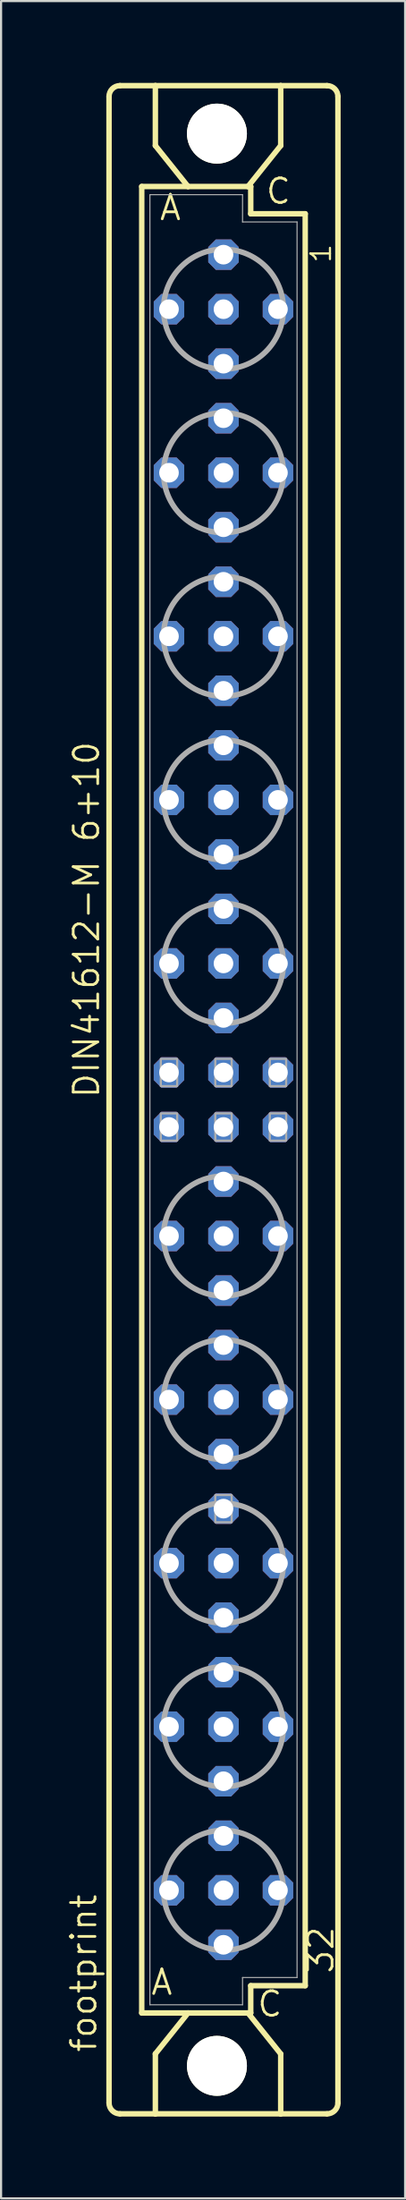
<source format=kicad_pcb>
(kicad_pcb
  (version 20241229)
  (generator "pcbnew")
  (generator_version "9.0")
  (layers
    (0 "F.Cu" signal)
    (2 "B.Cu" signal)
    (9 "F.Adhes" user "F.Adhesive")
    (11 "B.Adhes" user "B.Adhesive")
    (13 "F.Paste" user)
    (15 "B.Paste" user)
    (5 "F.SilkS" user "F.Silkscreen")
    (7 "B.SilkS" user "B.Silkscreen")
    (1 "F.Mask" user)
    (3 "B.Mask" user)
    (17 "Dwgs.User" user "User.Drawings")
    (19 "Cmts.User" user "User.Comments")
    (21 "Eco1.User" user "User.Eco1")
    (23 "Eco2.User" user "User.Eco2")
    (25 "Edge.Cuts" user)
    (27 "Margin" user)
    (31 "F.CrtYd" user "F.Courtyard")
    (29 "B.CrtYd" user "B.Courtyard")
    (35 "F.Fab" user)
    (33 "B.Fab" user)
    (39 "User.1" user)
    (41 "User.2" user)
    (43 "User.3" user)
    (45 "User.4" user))
  (footprint "footprint"
    (layer "F.Cu")
    (at 7.366 48.184)
    (property "Reference" "footprint" (at -5.842 44.45 90) (layer "F.SilkS") (effects (font (size 1.143 1.143) (thickness 0.127)) (justify left bottom)))
    (fp_line (start -5.334 46.736) (end -5.334 -46.736) (stroke (width 0.254) (type solid)) (layer "F.SilkS"))
    (fp_line (start -4.826 -47.244) (end -3.175 -47.244) (stroke (width 0.254) (type solid)) (layer "F.SilkS"))
    (fp_line (start -4.826 47.244) (end -3.175 47.244) (stroke (width 0.254) (type solid)) (layer "F.SilkS"))
    (fp_line (start -3.81 -42.545) (end -3.81 42.545) (stroke (width 0.254) (type solid)) (layer "F.SilkS"))
    (fp_line (start -3.81 42.545) (end -1.651 42.545) (stroke (width 0.254) (type solid)) (layer "F.SilkS"))
    (fp_line (start -3.175 -47.244) (end -3.175 -44.45) (stroke (width 0.254) (type solid)) (layer "F.SilkS"))
    (fp_line (start -3.175 47.244) (end -3.175 44.45) (stroke (width 0.254) (type solid)) (layer "F.SilkS"))
    (fp_line (start -3.175 47.244) (end 2.667 47.244) (stroke (width 0.254) (type solid)) (layer "F.SilkS"))
    (fp_line (start -1.651 -42.545) (end -3.81 -42.545) (stroke (width 0.254) (type solid)) (layer "F.SilkS"))
    (fp_line (start -1.651 -42.545) (end -3.175 -44.45) (stroke (width 0.254) (type solid)) (layer "F.SilkS"))
    (fp_line (start -1.651 42.545) (end -3.175 44.45) (stroke (width 0.254) (type solid)) (layer "F.SilkS"))
    (fp_line (start -1.651 42.545) (end 1.143 42.545) (stroke (width 0.254) (type solid)) (layer "F.SilkS"))
    (fp_line (start 1.143 -42.545) (end -1.651 -42.545) (stroke (width 0.254) (type solid)) (layer "F.SilkS"))
    (fp_line (start 1.143 -42.545) (end 2.667 -44.45) (stroke (width 0.254) (type solid)) (layer "F.SilkS"))
    (fp_line (start 1.143 42.545) (end 1.27 42.545) (stroke (width 0.254) (type solid)) (layer "F.SilkS"))
    (fp_line (start 1.143 42.545) (end 2.667 44.45) (stroke (width 0.254) (type solid)) (layer "F.SilkS"))
    (fp_line (start 1.27 -42.545) (end 1.143 -42.545) (stroke (width 0.254) (type solid)) (layer "F.SilkS"))
    (fp_line (start 1.27 -41.275) (end 1.27 -42.545) (stroke (width 0.254) (type solid)) (layer "F.SilkS"))
    (fp_line (start 1.27 41.275) (end 3.81 41.275) (stroke (width 0.254) (type solid)) (layer "F.SilkS"))
    (fp_line (start 1.27 42.545) (end 1.27 41.275) (stroke (width 0.254) (type solid)) (layer "F.SilkS"))
    (fp_line (start 2.667 -47.244) (end -3.175 -47.244) (stroke (width 0.254) (type solid)) (layer "F.SilkS"))
    (fp_line (start 2.667 -47.244) (end 2.667 -44.45) (stroke (width 0.254) (type solid)) (layer "F.SilkS"))
    (fp_line (start 2.667 47.244) (end 2.667 44.45) (stroke (width 0.254) (type solid)) (layer "F.SilkS"))
    (fp_line (start 2.667 47.244) (end 4.826 47.244) (stroke (width 0.254) (type solid)) (layer "F.SilkS"))
    (fp_line (start 3.81 -41.275) (end 1.27 -41.275) (stroke (width 0.254) (type solid)) (layer "F.SilkS"))
    (fp_line (start 3.81 41.275) (end 3.81 -41.275) (stroke (width 0.254) (type solid)) (layer "F.SilkS"))
    (fp_line (start 4.826 -47.244) (end 2.667 -47.244) (stroke (width 0.254) (type solid)) (layer "F.SilkS"))
    (fp_line (start 5.334 46.736) (end 5.334 -46.736) (stroke (width 0.254) (type solid)) (layer "F.SilkS"))
    (fp_arc (start -5.334 -46.736) (mid -5.18521 -47.09521) (end -4.826 -47.244) (stroke (width 0.254) (type solid)) (layer "F.SilkS"))
    (fp_arc (start -4.826 47.244) (mid -5.18521 47.09521) (end -5.334 46.736) (stroke (width 0.254) (type solid)) (layer "F.SilkS"))
    (fp_arc (start 4.826 -47.244) (mid 5.18521 -47.09521) (end 5.334 -46.736) (stroke (width 0.254) (type solid)) (layer "F.SilkS"))
    (fp_arc (start 5.334 46.736) (mid 5.18521 47.09521) (end 4.826 47.244) (stroke (width 0.254) (type solid)) (layer "F.SilkS"))
    (fp_circle (center -0.305 -45.009) (end 0.965 -45.009) (stroke (width 0.254) (type solid)) (fill no) (layer "F.SilkS"))
    (fp_circle (center -0.305 45.009) (end 0.965 45.009) (stroke (width 0.254) (type solid)) (fill no) (layer "F.SilkS"))
    (fp_line (start -3.429 -42.164) (end -3.429 42.164) (stroke (width 0.051) (type solid)) (layer "F.Fab"))
    (fp_line (start -3.429 -42.164) (end 0.889 -42.164) (stroke (width 0.051) (type solid)) (layer "F.Fab"))
    (fp_line (start -3.429 42.164) (end 0.889 42.164) (stroke (width 0.051) (type solid)) (layer "F.Fab"))
    (fp_line (start 0.889 -42.164) (end 0.889 -40.894) (stroke (width 0.051) (type solid)) (layer "F.Fab"))
    (fp_line (start 0.889 -40.894) (end 3.429 -40.894) (stroke (width 0.051) (type solid)) (layer "F.Fab"))
    (fp_line (start 0.889 40.894) (end 3.429 40.894) (stroke (width 0.051) (type solid)) (layer "F.Fab"))
    (fp_line (start 0.889 42.164) (end 0.889 40.894) (stroke (width 0.051) (type solid)) (layer "F.Fab"))
    (fp_line (start 3.429 -40.894) (end 3.429 40.894) (stroke (width 0.051) (type solid)) (layer "F.Fab"))
    (fp_circle (center 0 -36.83) (end 2.794 -36.83) (stroke (width 0.254) (type solid)) (fill no) (layer "F.Fab"))
    (fp_circle (center 0 -29.21) (end 2.794 -29.21) (stroke (width 0.254) (type solid)) (fill no) (layer "F.Fab"))
    (fp_circle (center 0 -21.59) (end 2.794 -21.59) (stroke (width 0.254) (type solid)) (fill no) (layer "F.Fab"))
    (fp_circle (center 0 -13.97) (end 2.794 -13.97) (stroke (width 0.254) (type solid)) (fill no) (layer "F.Fab"))
    (fp_circle (center 0 -6.35) (end 2.794 -6.35) (stroke (width 0.254) (type solid)) (fill no) (layer "F.Fab"))
    (fp_circle (center 0 6.35) (end 2.794 6.35) (stroke (width 0.254) (type solid)) (fill no) (layer "F.Fab"))
    (fp_circle (center 0 13.97) (end 2.794 13.97) (stroke (width 0.254) (type solid)) (fill no) (layer "F.Fab"))
    (fp_circle (center 0 21.59) (end 2.794 21.59) (stroke (width 0.254) (type solid)) (fill no) (layer "F.Fab"))
    (fp_circle (center 0 29.21) (end 2.794 29.21) (stroke (width 0.254) (type solid)) (fill no) (layer "F.Fab"))
    (fp_circle (center 0 36.83) (end 2.794 36.83) (stroke (width 0.254) (type solid)) (fill no) (layer "F.Fab"))
    (fp_poly (pts (xy -2.921 -0.635) (xy -2.159 -0.635) (xy -2.159 -1.905) (xy -2.921 -1.905)) (stroke (width 0.1) (type solid)) (fill no) (layer "F.Fab"))
    (fp_poly (pts (xy -2.921 1.905) (xy -2.159 1.905) (xy -2.159 0.635) (xy -2.921 0.635)) (stroke (width 0.1) (type solid)) (fill no) (layer "F.Fab"))
    (fp_poly (pts (xy -0.381 -0.635) (xy 0.381 -0.635) (xy 0.381 -1.905) (xy -0.381 -1.905)) (stroke (width 0.1) (type solid)) (fill no) (layer "F.Fab"))
    (fp_poly (pts (xy -0.381 1.905) (xy 0.381 1.905) (xy 0.381 0.635) (xy -0.381 0.635)) (stroke (width 0.1) (type solid)) (fill no) (layer "F.Fab"))
    (fp_poly (pts (xy -0.381 19.685) (xy 0.381 19.685) (xy 0.381 18.415) (xy -0.381 18.415)) (stroke (width 0.1) (type solid)) (fill no) (layer "F.Fab"))
    (fp_poly (pts (xy 2.159 -0.635) (xy 2.921 -0.635) (xy 2.921 -1.905) (xy 2.159 -1.905)) (stroke (width 0.1) (type solid)) (fill no) (layer "F.Fab"))
    (fp_poly (pts (xy 2.159 1.905) (xy 2.921 1.905) (xy 2.921 0.635) (xy 2.159 0.635)) (stroke (width 0.1) (type solid)) (fill no) (layer "F.Fab"))
    (fp_text user " A " (at -4.318 41.783 0) (layer "F.SilkS") (effects (font (size 1.143 1.143) (thickness 0.127)) (justify left bottom)))
    (fp_text user " 32 " (at 5.207 41.656 90) (layer "F.SilkS") (effects (font (size 1.143 1.143) (thickness 0.127)) (justify left bottom)))
    (fp_text user " C " (at 0.635 42.799 0) (layer "F.SilkS") (effects (font (size 1.143 1.143) (thickness 0.127)) (justify left bottom)))
    (fp_text user "DIN41612-M 6+10" (at -5.715 0 90) (layer "F.SilkS") (effects (font (size 1.143 1.143) (thickness 0.127)) (justify left bottom)))
    (fp_text user "A" (at -3.048 -40.894 0) (layer "F.SilkS") (effects (font (size 1.143 1.143) (thickness 0.127)) (justify left bottom)))
    (fp_text user "C" (at 1.905 -41.656 0) (layer "F.SilkS") (effects (font (size 1.143 1.143) (thickness 0.127)) (justify left bottom)))
    (fp_text user " 1 " (at 5.08 -38.227 90) (layer "F.SilkS") (effects (font (size 0.914 0.914) (thickness 0.102)) (justify left bottom)))
    (pad "" np_thru_hole circle (at -0.305 -45.009) (size 2.794 2.794) (drill 2.794) (layers "*.Cu" "*.Mask"))
    (pad "" np_thru_hole circle (at -0.305 45.009) (size 2.794 2.794) (drill 2.794) (layers "*.Cu" "*.Mask"))
    (pad "A2" thru_hole roundrect (at -2.54 -36.83) (size 1.422 1.422) (drill 0.914) (layers "*.Cu" "*.Mask") (roundrect_rratio 0.25) (chamfer_ratio 0.25) (chamfer top_left top_right bottom_left bottom_right))
    (pad "A5" thru_hole roundrect (at -2.54 -29.21) (size 1.422 1.422) (drill 0.914) (layers "*.Cu" "*.Mask") (roundrect_rratio 0.25) (chamfer_ratio 0.25) (chamfer top_left top_right bottom_left bottom_right))
    (pad "A8" thru_hole roundrect (at -2.54 -21.59) (size 1.422 1.422) (drill 0.914) (layers "*.Cu" "*.Mask") (roundrect_rratio 0.25) (chamfer_ratio 0.25) (chamfer top_left top_right bottom_left bottom_right))
    (pad "A11" thru_hole roundrect (at -2.54 -13.97) (size 1.422 1.422) (drill 0.914) (layers "*.Cu" "*.Mask") (roundrect_rratio 0.25) (chamfer_ratio 0.25) (chamfer top_left top_right bottom_left bottom_right))
    (pad "A14" thru_hole roundrect (at -2.54 -6.35) (size 1.422 1.422) (drill 0.914) (layers "*.Cu" "*.Mask") (roundrect_rratio 0.25) (chamfer_ratio 0.25) (chamfer top_left top_right bottom_left bottom_right))
    (pad "A16" thru_hole roundrect (at -2.54 -1.27) (size 1.422 1.422) (drill 0.914) (layers "*.Cu" "*.Mask") (roundrect_rratio 0.25) (chamfer_ratio 0.25) (chamfer top_left top_right bottom_left bottom_right))
    (pad "A17" thru_hole roundrect (at -2.54 1.27) (size 1.422 1.422) (drill 0.914) (layers "*.Cu" "*.Mask") (roundrect_rratio 0.25) (chamfer_ratio 0.25) (chamfer top_left top_right bottom_left bottom_right))
    (pad "A19" thru_hole roundrect (at -2.54 6.35) (size 1.422 1.422) (drill 0.914) (layers "*.Cu" "*.Mask") (roundrect_rratio 0.25) (chamfer_ratio 0.25) (chamfer top_left top_right bottom_left bottom_right))
    (pad "A22" thru_hole roundrect (at -2.54 13.97) (size 1.422 1.422) (drill 0.914) (layers "*.Cu" "*.Mask") (roundrect_rratio 0.25) (chamfer_ratio 0.25) (chamfer top_left top_right bottom_left bottom_right))
    (pad "A25" thru_hole roundrect (at -2.54 21.59) (size 1.422 1.422) (drill 0.914) (layers "*.Cu" "*.Mask") (roundrect_rratio 0.25) (chamfer_ratio 0.25) (chamfer top_left top_right bottom_left bottom_right))
    (pad "A28" thru_hole roundrect (at -2.54 29.21) (size 1.422 1.422) (drill 0.914) (layers "*.Cu" "*.Mask") (roundrect_rratio 0.25) (chamfer_ratio 0.25) (chamfer top_left top_right bottom_left bottom_right))
    (pad "A31" thru_hole roundrect (at -2.54 36.83) (size 1.422 1.422) (drill 0.914) (layers "*.Cu" "*.Mask") (roundrect_rratio 0.25) (chamfer_ratio 0.25) (chamfer top_left top_right bottom_left bottom_right))
    (pad "B1" thru_hole roundrect (at 0 -39.37) (size 1.422 1.422) (drill 0.914) (layers "*.Cu" "*.Mask") (roundrect_rratio 0.25) (chamfer_ratio 0.25) (chamfer top_left top_right bottom_left bottom_right))
    (pad "B2" thru_hole roundrect (at 0 -36.83) (size 1.422 1.422) (drill 0.914) (layers "*.Cu" "*.Mask") (roundrect_rratio 0.25) (chamfer_ratio 0.25) (chamfer top_left top_right bottom_left bottom_right))
    (pad "B3" thru_hole roundrect (at 0 -34.29) (size 1.422 1.422) (drill 0.914) (layers "*.Cu" "*.Mask") (roundrect_rratio 0.25) (chamfer_ratio 0.25) (chamfer top_left top_right bottom_left bottom_right))
    (pad "B4" thru_hole roundrect (at 0 -31.75) (size 1.422 1.422) (drill 0.914) (layers "*.Cu" "*.Mask") (roundrect_rratio 0.25) (chamfer_ratio 0.25) (chamfer top_left top_right bottom_left bottom_right))
    (pad "B5" thru_hole roundrect (at 0 -29.21) (size 1.422 1.422) (drill 0.914) (layers "*.Cu" "*.Mask") (roundrect_rratio 0.25) (chamfer_ratio 0.25) (chamfer top_left top_right bottom_left bottom_right))
    (pad "B6" thru_hole roundrect (at 0 -26.67) (size 1.422 1.422) (drill 0.914) (layers "*.Cu" "*.Mask") (roundrect_rratio 0.25) (chamfer_ratio 0.25) (chamfer top_left top_right bottom_left bottom_right))
    (pad "B7" thru_hole roundrect (at 0 -24.13) (size 1.422 1.422) (drill 0.914) (layers "*.Cu" "*.Mask") (roundrect_rratio 0.25) (chamfer_ratio 0.25) (chamfer top_left top_right bottom_left bottom_right))
    (pad "B8" thru_hole roundrect (at 0 -21.59) (size 1.422 1.422) (drill 0.914) (layers "*.Cu" "*.Mask") (roundrect_rratio 0.25) (chamfer_ratio 0.25) (chamfer top_left top_right bottom_left bottom_right))
    (pad "B9" thru_hole roundrect (at 0 -19.05) (size 1.422 1.422) (drill 0.914) (layers "*.Cu" "*.Mask") (roundrect_rratio 0.25) (chamfer_ratio 0.25) (chamfer top_left top_right bottom_left bottom_right))
    (pad "B10" thru_hole roundrect (at 0 -16.51) (size 1.422 1.422) (drill 0.914) (layers "*.Cu" "*.Mask") (roundrect_rratio 0.25) (chamfer_ratio 0.25) (chamfer top_left top_right bottom_left bottom_right))
    (pad "B11" thru_hole roundrect (at 0 -13.97) (size 1.422 1.422) (drill 0.914) (layers "*.Cu" "*.Mask") (roundrect_rratio 0.25) (chamfer_ratio 0.25) (chamfer top_left top_right bottom_left bottom_right))
    (pad "B12" thru_hole roundrect (at 0 -11.43) (size 1.422 1.422) (drill 0.914) (layers "*.Cu" "*.Mask") (roundrect_rratio 0.25) (chamfer_ratio 0.25) (chamfer top_left top_right bottom_left bottom_right))
    (pad "B13" thru_hole roundrect (at 0 -8.89) (size 1.422 1.422) (drill 0.914) (layers "*.Cu" "*.Mask") (roundrect_rratio 0.25) (chamfer_ratio 0.25) (chamfer top_left top_right bottom_left bottom_right))
    (pad "B14" thru_hole roundrect (at 0 -6.35) (size 1.422 1.422) (drill 0.914) (layers "*.Cu" "*.Mask") (roundrect_rratio 0.25) (chamfer_ratio 0.25) (chamfer top_left top_right bottom_left bottom_right))
    (pad "B15" thru_hole roundrect (at 0 -3.81) (size 1.422 1.422) (drill 0.914) (layers "*.Cu" "*.Mask") (roundrect_rratio 0.25) (chamfer_ratio 0.25) (chamfer top_left top_right bottom_left bottom_right))
    (pad "B16" thru_hole roundrect (at 0 -1.27) (size 1.422 1.422) (drill 0.914) (layers "*.Cu" "*.Mask") (roundrect_rratio 0.25) (chamfer_ratio 0.25) (chamfer top_left top_right bottom_left bottom_right))
    (pad "B17" thru_hole roundrect (at 0 1.27) (size 1.422 1.422) (drill 0.914) (layers "*.Cu" "*.Mask") (roundrect_rratio 0.25) (chamfer_ratio 0.25) (chamfer top_left top_right bottom_left bottom_right))
    (pad "B18" thru_hole roundrect (at 0 3.81) (size 1.422 1.422) (drill 0.914) (layers "*.Cu" "*.Mask") (roundrect_rratio 0.25) (chamfer_ratio 0.25) (chamfer top_left top_right bottom_left bottom_right))
    (pad "B19" thru_hole roundrect (at 0 6.35) (size 1.422 1.422) (drill 0.914) (layers "*.Cu" "*.Mask") (roundrect_rratio 0.25) (chamfer_ratio 0.25) (chamfer top_left top_right bottom_left bottom_right))
    (pad "B20" thru_hole roundrect (at 0 8.89) (size 1.422 1.422) (drill 0.914) (layers "*.Cu" "*.Mask") (roundrect_rratio 0.25) (chamfer_ratio 0.25) (chamfer top_left top_right bottom_left bottom_right))
    (pad "B21" thru_hole roundrect (at 0 11.43) (size 1.422 1.422) (drill 0.914) (layers "*.Cu" "*.Mask") (roundrect_rratio 0.25) (chamfer_ratio 0.25) (chamfer top_left top_right bottom_left bottom_right))
    (pad "B22" thru_hole roundrect (at 0 13.97) (size 1.422 1.422) (drill 0.914) (layers "*.Cu" "*.Mask") (roundrect_rratio 0.25) (chamfer_ratio 0.25) (chamfer top_left top_right bottom_left bottom_right))
    (pad "B23" thru_hole roundrect (at 0 16.51) (size 1.422 1.422) (drill 0.914) (layers "*.Cu" "*.Mask") (roundrect_rratio 0.25) (chamfer_ratio 0.25) (chamfer top_left top_right bottom_left bottom_right))
    (pad "B24" thru_hole roundrect (at 0 19.05) (size 1.422 1.422) (drill 0.914) (layers "*.Cu" "*.Mask") (roundrect_rratio 0.25) (chamfer_ratio 0.25) (chamfer top_left top_right bottom_left bottom_right))
    (pad "B25" thru_hole roundrect (at 0 21.59) (size 1.422 1.422) (drill 0.914) (layers "*.Cu" "*.Mask") (roundrect_rratio 0.25) (chamfer_ratio 0.25) (chamfer top_left top_right bottom_left bottom_right))
    (pad "B26" thru_hole roundrect (at 0 24.13) (size 1.422 1.422) (drill 0.914) (layers "*.Cu" "*.Mask") (roundrect_rratio 0.25) (chamfer_ratio 0.25) (chamfer top_left top_right bottom_left bottom_right))
    (pad "B27" thru_hole roundrect (at 0 26.67) (size 1.422 1.422) (drill 0.914) (layers "*.Cu" "*.Mask") (roundrect_rratio 0.25) (chamfer_ratio 0.25) (chamfer top_left top_right bottom_left bottom_right))
    (pad "B28" thru_hole roundrect (at 0 29.21) (size 1.422 1.422) (drill 0.914) (layers "*.Cu" "*.Mask") (roundrect_rratio 0.25) (chamfer_ratio 0.25) (chamfer top_left top_right bottom_left bottom_right))
    (pad "B29" thru_hole roundrect (at 0 31.75) (size 1.422 1.422) (drill 0.914) (layers "*.Cu" "*.Mask") (roundrect_rratio 0.25) (chamfer_ratio 0.25) (chamfer top_left top_right bottom_left bottom_right))
    (pad "B30" thru_hole roundrect (at 0 34.29) (size 1.422 1.422) (drill 0.914) (layers "*.Cu" "*.Mask") (roundrect_rratio 0.25) (chamfer_ratio 0.25) (chamfer top_left top_right bottom_left bottom_right))
    (pad "B31" thru_hole roundrect (at 0 36.83) (size 1.422 1.422) (drill 0.914) (layers "*.Cu" "*.Mask") (roundrect_rratio 0.25) (chamfer_ratio 0.25) (chamfer top_left top_right bottom_left bottom_right))
    (pad "B32" thru_hole roundrect (at 0 39.37) (size 1.422 1.422) (drill 0.914) (layers "*.Cu" "*.Mask") (roundrect_rratio 0.25) (chamfer_ratio 0.25) (chamfer top_left top_right bottom_left bottom_right))
    (pad "C2" thru_hole roundrect (at 2.54 -36.83) (size 1.422 1.422) (drill 0.914) (layers "*.Cu" "*.Mask") (roundrect_rratio 0.25) (chamfer_ratio 0.25) (chamfer top_left top_right bottom_left bottom_right))
    (pad "C5" thru_hole roundrect (at 2.54 -29.21) (size 1.422 1.422) (drill 0.914) (layers "*.Cu" "*.Mask") (roundrect_rratio 0.25) (chamfer_ratio 0.25) (chamfer top_left top_right bottom_left bottom_right))
    (pad "C8" thru_hole roundrect (at 2.54 -21.59) (size 1.422 1.422) (drill 0.914) (layers "*.Cu" "*.Mask") (roundrect_rratio 0.25) (chamfer_ratio 0.25) (chamfer top_left top_right bottom_left bottom_right))
    (pad "C11" thru_hole roundrect (at 2.54 -13.97) (size 1.422 1.422) (drill 0.914) (layers "*.Cu" "*.Mask") (roundrect_rratio 0.25) (chamfer_ratio 0.25) (chamfer top_left top_right bottom_left bottom_right))
    (pad "C14" thru_hole roundrect (at 2.54 -6.35) (size 1.422 1.422) (drill 0.914) (layers "*.Cu" "*.Mask") (roundrect_rratio 0.25) (chamfer_ratio 0.25) (chamfer top_left top_right bottom_left bottom_right))
    (pad "C16" thru_hole roundrect (at 2.54 -1.27) (size 1.422 1.422) (drill 0.914) (layers "*.Cu" "*.Mask") (roundrect_rratio 0.25) (chamfer_ratio 0.25) (chamfer top_left top_right bottom_left bottom_right))
    (pad "C17" thru_hole roundrect (at 2.54 1.27) (size 1.422 1.422) (drill 0.914) (layers "*.Cu" "*.Mask") (roundrect_rratio 0.25) (chamfer_ratio 0.25) (chamfer top_left top_right bottom_left bottom_right))
    (pad "C19" thru_hole roundrect (at 2.54 6.35) (size 1.422 1.422) (drill 0.914) (layers "*.Cu" "*.Mask") (roundrect_rratio 0.25) (chamfer_ratio 0.25) (chamfer top_left top_right bottom_left bottom_right))
    (pad "C22" thru_hole roundrect (at 2.54 13.97) (size 1.422 1.422) (drill 0.914) (layers "*.Cu" "*.Mask") (roundrect_rratio 0.25) (chamfer_ratio 0.25) (chamfer top_left top_right bottom_left bottom_right))
    (pad "C25" thru_hole roundrect (at 2.54 21.59) (size 1.422 1.422) (drill 0.914) (layers "*.Cu" "*.Mask") (roundrect_rratio 0.25) (chamfer_ratio 0.25) (chamfer top_left top_right bottom_left bottom_right))
    (pad "C28" thru_hole roundrect (at 2.54 29.21) (size 1.422 1.422) (drill 0.914) (layers "*.Cu" "*.Mask") (roundrect_rratio 0.25) (chamfer_ratio 0.25) (chamfer top_left top_right bottom_left bottom_right))
    (pad "C31" thru_hole roundrect (at 2.54 36.83) (size 1.422 1.422) (drill 0.914) (layers "*.Cu" "*.Mask") (roundrect_rratio 0.25) (chamfer_ratio 0.25) (chamfer top_left top_right bottom_left bottom_right))
    (zone (net_name "") (layers "F.Cu" "B.Cu") (hatch edge 0.508) (connect_pads) (min_thickness 0.254) (filled_areas_thickness no) (keepout (tracks allowed) (vias not_allowed) (pads allowed) (copperpour allowed) (footprints allowed)) (placement (enabled no)) (fill) (polygon (pts (xy 10.236 3.175) (xy 10.188 2.624) (xy 10.045 2.089) (xy 9.811 1.587) (xy 9.493 1.134) (xy 9.102 0.743) (xy 8.649 0.425) (xy 8.147 0.191) (xy 7.613 0.048) (xy 7.061 0) (xy 6.51 0.048) (xy 5.975 0.191) (xy 5.474 0.425) (xy 5.02 0.743) (xy 4.629 1.134) (xy 4.312 1.587) (xy 4.078 2.089) (xy 3.934 2.624) (xy 3.886 3.175) (xy 3.934 3.726) (xy 4.078 4.261) (xy 4.312 4.763) (xy 4.629 5.216) (xy 5.02 5.607) (xy 5.474 5.925) (xy 5.975 6.159) (xy 6.51 6.302) (xy 7.061 6.35) (xy 7.613 6.302) (xy 8.147 6.159) (xy 8.649 5.925) (xy 9.102 5.607) (xy 9.493 5.216) (xy 9.811 4.763) (xy 10.045 4.261) (xy 10.188 3.726))) (polygon (pts (xy 8.458 3.175) (xy 8.437 2.932) (xy 8.374 2.697) (xy 8.271 2.477) (xy 8.131 2.277) (xy 7.959 2.105) (xy 7.76 1.965) (xy 7.539 1.862) (xy 7.304 1.799) (xy 7.061 1.778) (xy 6.819 1.799) (xy 6.583 1.862) (xy 6.363 1.965) (xy 6.163 2.105) (xy 5.991 2.277) (xy 5.851 2.477) (xy 5.748 2.697) (xy 5.685 2.932) (xy 5.664 3.175) (xy 5.685 3.418) (xy 5.748 3.653) (xy 5.851 3.873) (xy 5.991 4.073) (xy 6.163 4.245) (xy 6.363 4.385) (xy 6.583 4.488) (xy 6.819 4.551) (xy 7.061 4.572) (xy 7.304 4.551) (xy 7.539 4.488) (xy 7.76 4.385) (xy 7.959 4.245) (xy 8.131 4.073) (xy 8.271 3.873) (xy 8.374 3.653) (xy 8.437 3.418))))
    (zone (net_name "") (layers "F.Cu" "B.Cu") (hatch edge 0.508) (connect_pads) (min_thickness 0.254) (filled_areas_thickness no) (keepout (tracks allowed) (vias not_allowed) (pads allowed) (copperpour allowed) (footprints allowed)) (placement (enabled no)) (fill) (polygon (pts (xy 10.236 93.193) (xy 10.188 92.641) (xy 10.045 92.107) (xy 9.811 91.605) (xy 9.493 91.152) (xy 9.102 90.76) (xy 8.649 90.443) (xy 8.147 90.209) (xy 7.613 90.066) (xy 7.061 90.018) (xy 6.51 90.066) (xy 5.975 90.209) (xy 5.474 90.443) (xy 5.02 90.76) (xy 4.629 91.152) (xy 4.312 91.605) (xy 4.078 92.107) (xy 3.934 92.641) (xy 3.886 93.193) (xy 3.934 93.744) (xy 4.078 94.279) (xy 4.312 94.78) (xy 4.629 95.233) (xy 5.02 95.625) (xy 5.474 95.942) (xy 5.975 96.176) (xy 6.51 96.319) (xy 7.061 96.368) (xy 7.613 96.319) (xy 8.147 96.176) (xy 8.649 95.942) (xy 9.102 95.625) (xy 9.493 95.233) (xy 9.811 94.78) (xy 10.045 94.279) (xy 10.188 93.744))) (polygon (pts (xy 8.458 93.193) (xy 8.437 92.95) (xy 8.374 92.715) (xy 8.271 92.494) (xy 8.131 92.295) (xy 7.959 92.122) (xy 7.76 91.983) (xy 7.539 91.88) (xy 7.304 91.817) (xy 7.061 91.796) (xy 6.819 91.817) (xy 6.583 91.88) (xy 6.363 91.983) (xy 6.163 92.122) (xy 5.991 92.295) (xy 5.851 92.494) (xy 5.748 92.715) (xy 5.685 92.95) (xy 5.664 93.193) (xy 5.685 93.435) (xy 5.748 93.67) (xy 5.851 93.891) (xy 5.991 94.091) (xy 6.163 94.263) (xy 6.363 94.402) (xy 6.583 94.505) (xy 6.819 94.568) (xy 7.061 94.59) (xy 7.304 94.568) (xy 7.539 94.505) (xy 7.76 94.402) (xy 7.959 94.263) (xy 8.131 94.091) (xy 8.271 93.891) (xy 8.374 93.67) (xy 8.437 93.435))))
    (zone (net_name "") (layer "B.Cu") (hatch edge 0.508) (connect_pads) (min_thickness 0.254) (filled_areas_thickness no) (keepout (tracks not_allowed) (vias not_allowed) (pads not_allowed) (copperpour not_allowed) (footprints allowed)) (placement (enabled no)) (fill) (polygon (pts (xy 10.236 3.175) (xy 10.188 2.624) (xy 10.045 2.089) (xy 9.811 1.587) (xy 9.493 1.134) (xy 9.102 0.743) (xy 8.649 0.425) (xy 8.147 0.191) (xy 7.613 0.048) (xy 7.061 0) (xy 6.51 0.048) (xy 5.975 0.191) (xy 5.474 0.425) (xy 5.02 0.743) (xy 4.629 1.134) (xy 4.312 1.587) (xy 4.078 2.089) (xy 3.934 2.624) (xy 3.886 3.175) (xy 3.934 3.726) (xy 4.078 4.261) (xy 4.312 4.763) (xy 4.629 5.216) (xy 5.02 5.607) (xy 5.474 5.925) (xy 5.975 6.159) (xy 6.51 6.302) (xy 7.061 6.35) (xy 7.613 6.302) (xy 8.147 6.159) (xy 8.649 5.925) (xy 9.102 5.607) (xy 9.493 5.216) (xy 9.811 4.763) (xy 10.045 4.261) (xy 10.188 3.726))) (polygon (pts (xy 8.458 3.175) (xy 8.437 2.932) (xy 8.374 2.697) (xy 8.271 2.477) (xy 8.131 2.277) (xy 7.959 2.105) (xy 7.76 1.965) (xy 7.539 1.862) (xy 7.304 1.799) (xy 7.061 1.778) (xy 6.819 1.799) (xy 6.583 1.862) (xy 6.363 1.965) (xy 6.163 2.105) (xy 5.991 2.277) (xy 5.851 2.477) (xy 5.748 2.697) (xy 5.685 2.932) (xy 5.664 3.175) (xy 5.685 3.418) (xy 5.748 3.653) (xy 5.851 3.873) (xy 5.991 4.073) (xy 6.163 4.245) (xy 6.363 4.385) (xy 6.583 4.488) (xy 6.819 4.551) (xy 7.061 4.572) (xy 7.304 4.551) (xy 7.539 4.488) (xy 7.76 4.385) (xy 7.959 4.245) (xy 8.131 4.073) (xy 8.271 3.873) (xy 8.374 3.653) (xy 8.437 3.418))))
    (zone (net_name "") (layer "B.Cu") (hatch edge 0.508) (connect_pads) (min_thickness 0.254) (filled_areas_thickness no) (keepout (tracks not_allowed) (vias not_allowed) (pads not_allowed) (copperpour not_allowed) (footprints allowed)) (placement (enabled no)) (fill) (polygon (pts (xy 10.236 93.193) (xy 10.188 92.641) (xy 10.045 92.107) (xy 9.811 91.605) (xy 9.493 91.152) (xy 9.102 90.76) (xy 8.649 90.443) (xy 8.147 90.209) (xy 7.613 90.066) (xy 7.061 90.018) (xy 6.51 90.066) (xy 5.975 90.209) (xy 5.474 90.443) (xy 5.02 90.76) (xy 4.629 91.152) (xy 4.312 91.605) (xy 4.078 92.107) (xy 3.934 92.641) (xy 3.886 93.193) (xy 3.934 93.744) (xy 4.078 94.279) (xy 4.312 94.78) (xy 4.629 95.233) (xy 5.02 95.625) (xy 5.474 95.942) (xy 5.975 96.176) (xy 6.51 96.319) (xy 7.061 96.368) (xy 7.613 96.319) (xy 8.147 96.176) (xy 8.649 95.942) (xy 9.102 95.625) (xy 9.493 95.233) (xy 9.811 94.78) (xy 10.045 94.279) (xy 10.188 93.744))) (polygon (pts (xy 8.458 93.193) (xy 8.437 92.95) (xy 8.374 92.715) (xy 8.271 92.494) (xy 8.131 92.295) (xy 7.959 92.122) (xy 7.76 91.983) (xy 7.539 91.88) (xy 7.304 91.817) (xy 7.061 91.796) (xy 6.819 91.817) (xy 6.583 91.88) (xy 6.363 91.983) (xy 6.163 92.122) (xy 5.991 92.295) (xy 5.851 92.494) (xy 5.748 92.715) (xy 5.685 92.95) (xy 5.664 93.193) (xy 5.685 93.435) (xy 5.748 93.67) (xy 5.851 93.891) (xy 5.991 94.091) (xy 6.163 94.263) (xy 6.363 94.402) (xy 6.583 94.505) (xy 6.819 94.568) (xy 7.061 94.59) (xy 7.304 94.568) (xy 7.539 94.505) (xy 7.76 94.402) (xy 7.959 94.263) (xy 8.131 94.091) (xy 8.271 93.891) (xy 8.374 93.67) (xy 8.437 93.435)))))
  (gr_rect
    (start -3 -3)
    (end 15.832 99.368)
    (stroke (width 0.1) (type default))
    (fill no)
    (layer "Edge.Cuts")))
</source>
